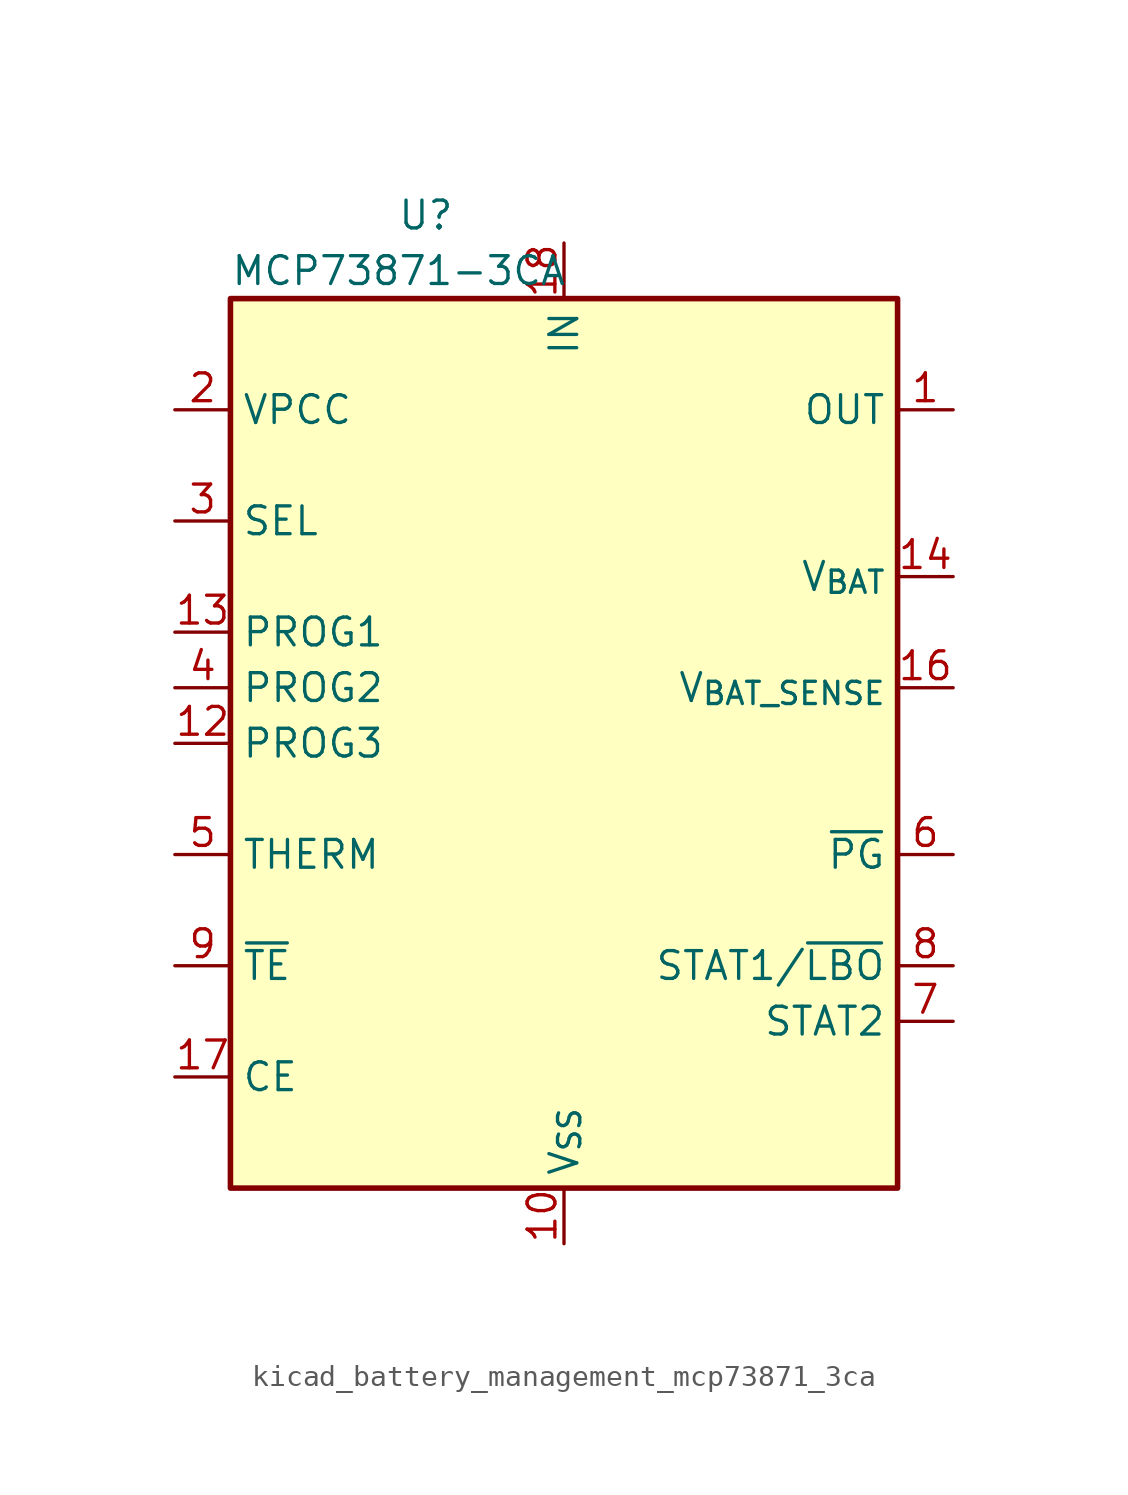
<source format=kicad_sym>
(kicad_symbol_lib
  (version 20220914)
  (generator kicad_symbol_editor)
  (symbol "kicad_battery_management_mcp73871_3ca"
    (property "Reference" "U"
      (at -7.62 24.13 0)
      (effects (font (size 1.27 1.27)) (justify left)))
    (property "Value" "MCP73871-3CA"
      (at -15.24 21.59 0)
      (effects (font (size 1.27 1.27)) (justify left)))
    (symbol "kicad_battery_management_mcp73871_3ca_0_1"
      (rectangle (start -15.24 20.32) (end 15.24 -20.32) (stroke (width 0.254) (type default)) (fill (type background))))
    (symbol "kicad_battery_management_mcp73871_3ca_1_1"
      (pin power_out line (at 17.78 15.24 180) (length 2.54) (name "OUT" (effects (font (size 1.27 1.27)))) (number "1" (effects (font (size 1.27 1.27)))))
      (pin power_in line (at 0 -22.86 90) (length 2.54) (name "V_{SS}" (effects (font (size 1.27 1.27)))) (number "10" (effects (font (size 1.27 1.27)))))
      (pin passive line (at 0 -22.86 90) (length 2.54) hide (name "V_{SS}" (effects (font (size 1.27 1.27)))) (number "11" (effects (font (size 1.27 1.27)))))
      (pin bidirectional line (at -17.78 0 0) (length 2.54) (name "PROG3" (effects (font (size 1.27 1.27)))) (number "12" (effects (font (size 1.27 1.27)))))
      (pin bidirectional line (at -17.78 5.08 0) (length 2.54) (name "PROG1" (effects (font (size 1.27 1.27)))) (number "13" (effects (font (size 1.27 1.27)))))
      (pin power_out line (at 17.78 7.62 180) (length 2.54) (name "V_{BAT}" (effects (font (size 1.27 1.27)))) (number "14" (effects (font (size 1.27 1.27)))))
      (pin passive line (at 17.78 7.62 180) (length 2.54) hide (name "V_{BAT}" (effects (font (size 1.27 1.27)))) (number "15" (effects (font (size 1.27 1.27)))))
      (pin input line (at 17.78 2.54 180) (length 2.54) (name "V_{BAT_SENSE}" (effects (font (size 1.27 1.27)))) (number "16" (effects (font (size 1.27 1.27)))))
      (pin input line (at -17.78 -15.24 0) (length 2.54) (name "CE" (effects (font (size 1.27 1.27)))) (number "17" (effects (font (size 1.27 1.27)))))
      (pin power_in line (at 0 22.86 270) (length 2.54) (name "IN" (effects (font (size 1.27 1.27)))) (number "18" (effects (font (size 1.27 1.27)))))
      (pin passive line (at 0 22.86 270) (length 2.54) hide (name "IN" (effects (font (size 1.27 1.27)))) (number "19" (effects (font (size 1.27 1.27)))))
      (pin input line (at -17.78 15.24 0) (length 2.54) (name "VPCC" (effects (font (size 1.27 1.27)))) (number "2" (effects (font (size 1.27 1.27)))))
      (pin passive line (at 17.78 15.24 180) (length 2.54) hide (name "OUT" (effects (font (size 1.27 1.27)))) (number "20" (effects (font (size 1.27 1.27)))))
      (pin passive line (at 0 -22.86 90) (length 2.54) hide (name "V_{SS}" (effects (font (size 1.27 1.27)))) (number "21" (effects (font (size 1.27 1.27)))))
      (pin input line (at -17.78 10.16 0) (length 2.54) (name "SEL" (effects (font (size 1.27 1.27)))) (number "3" (effects (font (size 1.27 1.27)))))
      (pin input line (at -17.78 2.54 0) (length 2.54) (name "PROG2" (effects (font (size 1.27 1.27)))) (number "4" (effects (font (size 1.27 1.27)))))
      (pin bidirectional line (at -17.78 -5.08 0) (length 2.54) (name "THERM" (effects (font (size 1.27 1.27)))) (number "5" (effects (font (size 1.27 1.27)))))
      (pin open_collector line (at 17.78 -5.08 180) (length 2.54) (name "~{PG}" (effects (font (size 1.27 1.27)))) (number "6" (effects (font (size 1.27 1.27)))))
      (pin open_collector line (at 17.78 -12.7 180) (length 2.54) (name "STAT2" (effects (font (size 1.27 1.27)))) (number "7" (effects (font (size 1.27 1.27)))))
      (pin open_collector line (at 17.78 -10.16 180) (length 2.54) (name "STAT1/~{LBO}" (effects (font (size 1.27 1.27)))) (number "8" (effects (font (size 1.27 1.27)))))
      (pin input line (at -17.78 -10.16 0) (length 2.54) (name "~{TE}" (effects (font (size 1.27 1.27)))) (number "9" (effects (font (size 1.27 1.27))))))))
</source>
